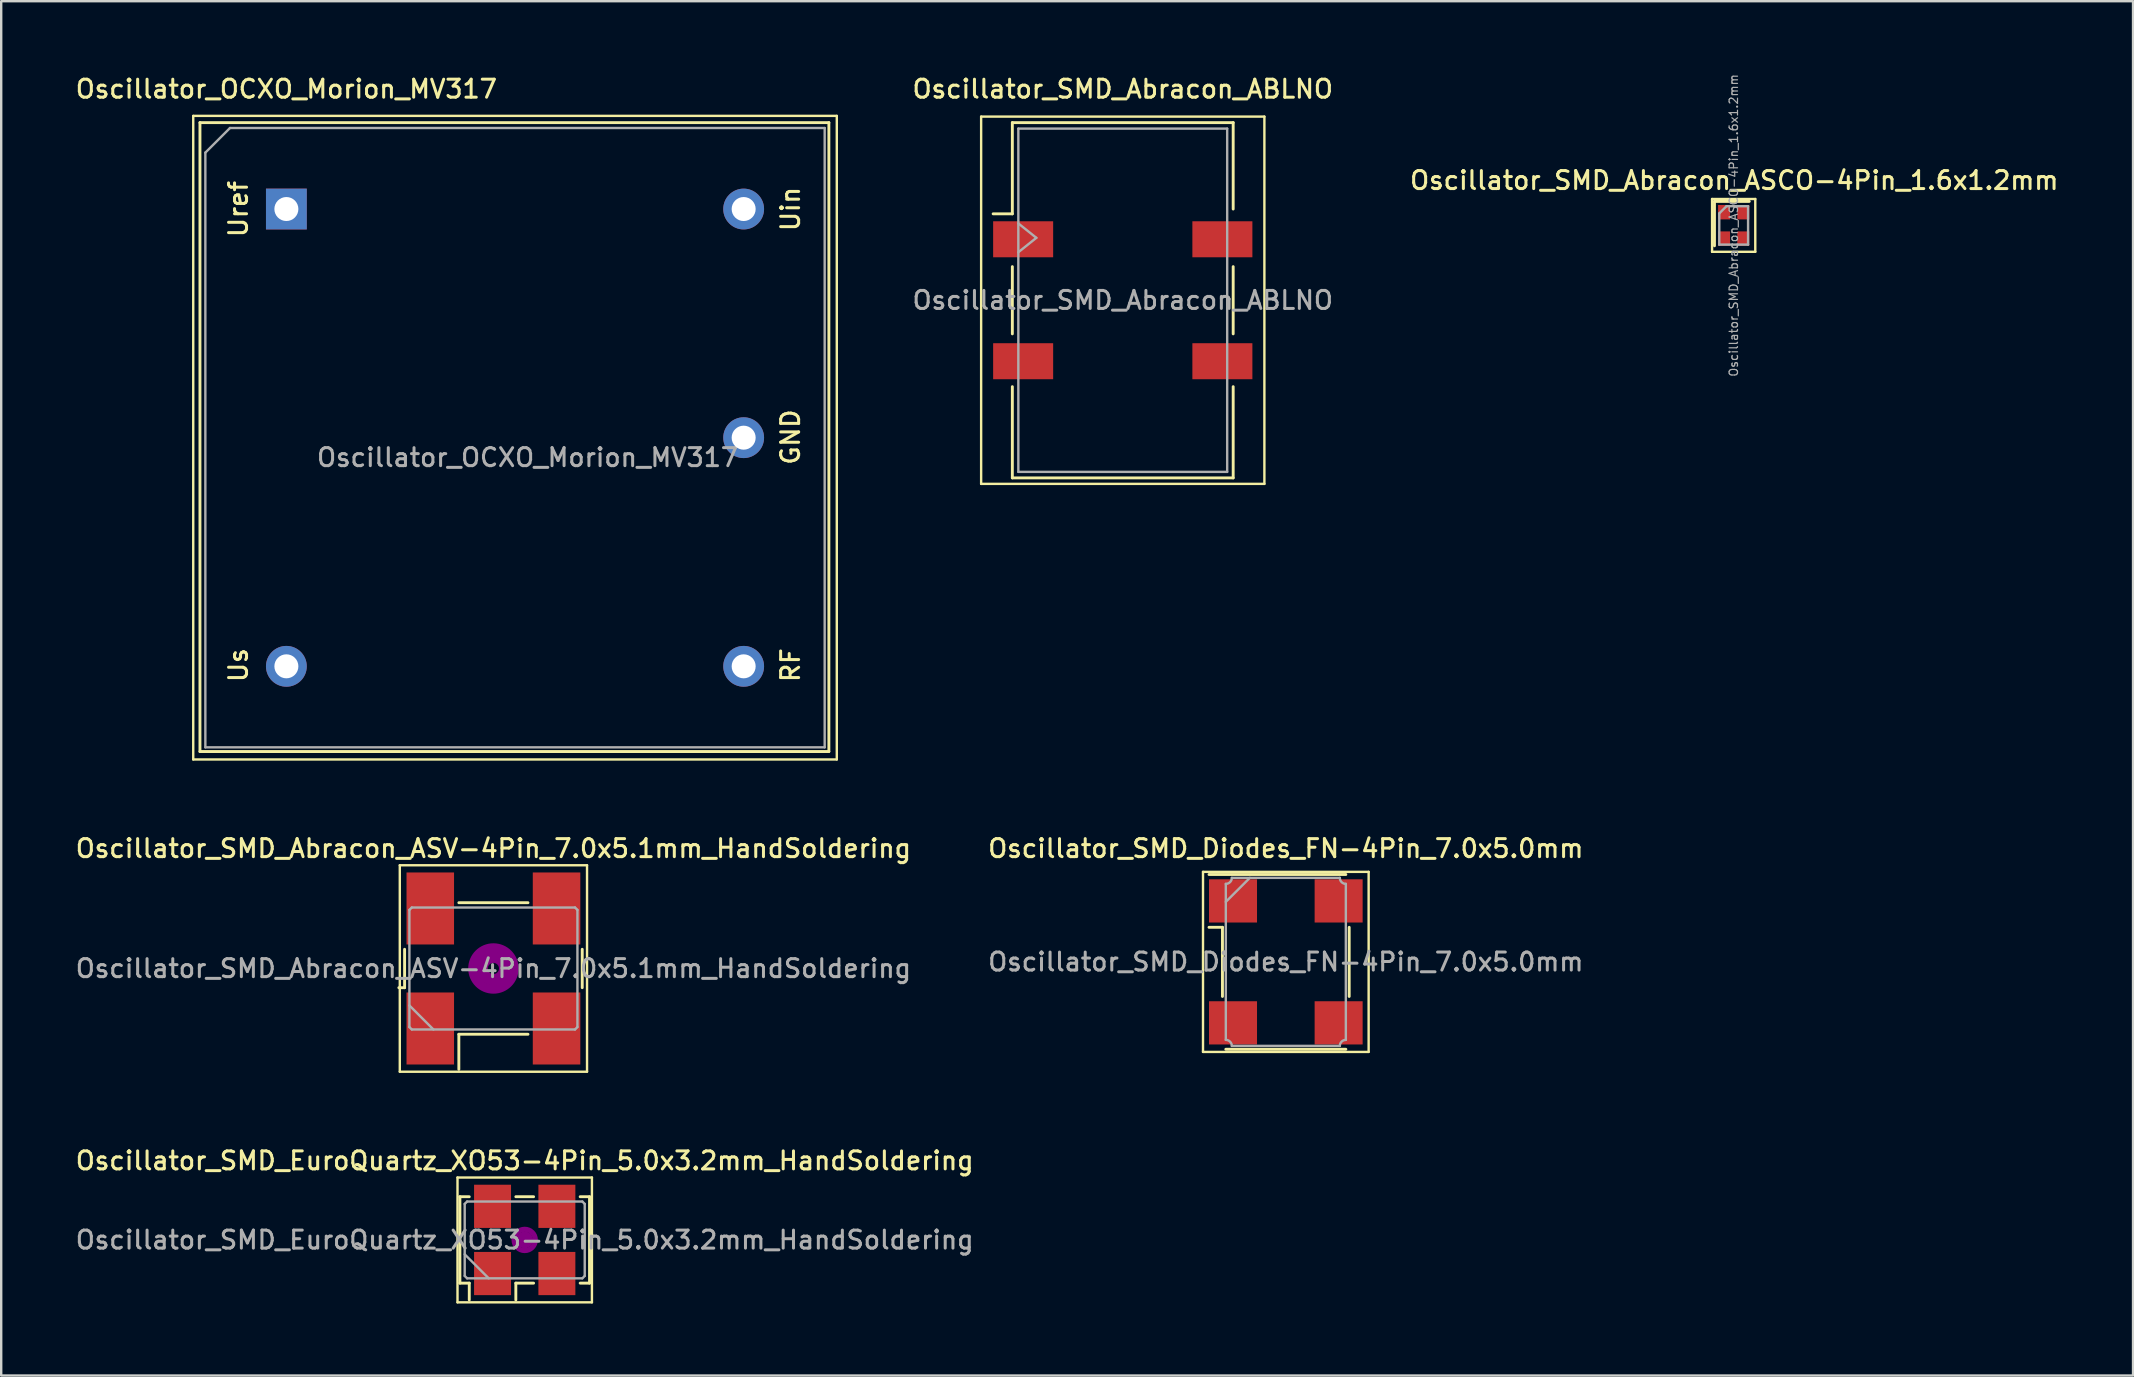
<source format=kicad_pcb>
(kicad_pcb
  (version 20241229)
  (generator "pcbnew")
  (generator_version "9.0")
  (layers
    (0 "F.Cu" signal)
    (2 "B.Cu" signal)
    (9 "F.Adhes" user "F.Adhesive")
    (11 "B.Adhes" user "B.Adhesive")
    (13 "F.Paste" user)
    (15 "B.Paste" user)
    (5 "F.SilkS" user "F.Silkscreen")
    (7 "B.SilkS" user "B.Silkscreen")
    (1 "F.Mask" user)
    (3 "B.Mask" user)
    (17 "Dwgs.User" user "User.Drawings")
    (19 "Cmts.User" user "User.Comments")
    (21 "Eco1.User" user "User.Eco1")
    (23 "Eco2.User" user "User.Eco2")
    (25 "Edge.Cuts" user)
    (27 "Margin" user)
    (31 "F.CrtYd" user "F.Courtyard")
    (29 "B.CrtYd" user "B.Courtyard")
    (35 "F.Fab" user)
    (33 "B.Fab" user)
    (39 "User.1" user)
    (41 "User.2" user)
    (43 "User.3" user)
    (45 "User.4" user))
  (footprint "Oscillator_OCXO_Morion_MV317"
    (layer "F.Cu")
    (at 8.88 5.658)
    (property "Reference" "Oscillator_OCXO_Morion_MV317" (at 0 -5 0) (layer "F.SilkS") (effects (font (size 0.75 0.75) (thickness 0.125))))
    (attr through_hole)
    (fp_line (start -3.88 -3.88) (end -3.88 22.93) (stroke (width 0.1) (type solid)) (layer "F.SilkS"))
    (fp_line (start -3.88 -3.88) (end 22.93 -3.88) (stroke (width 0.1) (type solid)) (layer "F.SilkS"))
    (fp_line (start -3.6 -3.6) (end -3.6 22.6) (stroke (width 0.12) (type solid)) (layer "F.SilkS"))
    (fp_line (start -3.6 22.6) (end 22.6 22.6) (stroke (width 0.12) (type solid)) (layer "F.SilkS"))
    (fp_line (start 22.6 -3.6) (end -3.6 -3.6) (stroke (width 0.12) (type solid)) (layer "F.SilkS"))
    (fp_line (start 22.6 22.6) (end 22.6 -3.6) (stroke (width 0.12) (type solid)) (layer "F.SilkS"))
    (fp_line (start 22.93 22.93) (end -3.88 22.93) (stroke (width 0.1) (type solid)) (layer "F.SilkS"))
    (fp_line (start 22.93 22.93) (end 22.93 -3.88) (stroke (width 0.1) (type solid)) (layer "F.SilkS"))
    (fp_line (start -3.375 -2.35) (end -2.35 -3.375) (stroke (width 0.1) (type solid)) (layer "F.Fab"))
    (fp_line (start -3.375 22.425) (end -3.375 -2.35) (stroke (width 0.1) (type solid)) (layer "F.Fab"))
    (fp_line (start -2.35 -3.375) (end 22.425 -3.375) (stroke (width 0.1) (type solid)) (layer "F.Fab"))
    (fp_line (start 22.425 -3.375) (end 22.425 22.425) (stroke (width 0.1) (type solid)) (layer "F.Fab"))
    (fp_line (start 22.425 22.425) (end -3.375 22.425) (stroke (width 0.1) (type solid)) (layer "F.Fab"))
    (fp_text user "RF" (at 21 19 270) (layer "F.SilkS") (effects (font (size 0.75 0.75) (thickness 0.125))))
    (fp_text user "Us" (at -2 19 270) (layer "F.SilkS") (effects (font (size 0.75 0.75) (thickness 0.125))))
    (fp_text user "GND" (at 21 9.5 270) (layer "F.SilkS") (effects (font (size 0.75 0.75) (thickness 0.125))))
    (fp_text user "Uin" (at 21 0 270) (layer "F.SilkS") (effects (font (size 0.75 0.75) (thickness 0.125))))
    (fp_text user "Uref" (at -2 0 270) (layer "F.SilkS") (effects (font (size 0.75 0.75) (thickness 0.125))))
    (fp_text user "${REFERENCE}" (at 10.05 10.35 0) (layer "F.Fab") (effects (font (size 0.75 0.75) (thickness 0.125))))
    (pad "1" thru_hole rect (at 0 0 270) (size 1.7 1.7) (drill 1) (layers "*.Cu" "*.Mask"))
    (pad "2" thru_hole circle (at 0 19.05 270) (size 1.7 1.7) (drill 1) (layers "*.Cu" "*.Mask"))
    (pad "3" thru_hole circle (at 19.05 19.05 270) (size 1.7 1.7) (drill 1) (layers "*.Cu" "*.Mask"))
    (pad "4" thru_hole circle (at 19.05 9.525 270) (size 1.7 1.7) (drill 1) (layers "*.Cu" "*.Mask"))
    (pad "5" thru_hole circle (at 19.05 0 270) (size 1.7 1.7) (drill 1) (layers "*.Cu" "*.Mask")))
  (footprint "Oscillator_SMD_EuroQuartz_XO53-4Pin_5.0x3.2mm_HandSoldering"
    (layer "F.Cu")
    (at 18.809 48.604)
    (property "Reference" "Oscillator_SMD_EuroQuartz_XO53-4Pin_5.0x3.2mm_HandSoldering" (at 0 -3.3 0) (layer "F.SilkS") (effects (font (size 0.75 0.75) (thickness 0.125))))
    (attr smd)
    (fp_line (start -2.8 -2.6) (end -2.8 2.6) (stroke (width 0.1) (type solid)) (layer "F.SilkS"))
    (fp_line (start -2.8 2.6) (end 2.8 2.6) (stroke (width 0.1) (type solid)) (layer "F.SilkS"))
    (fp_line (start -2.7 -1.8) (end -2.31 -1.8) (stroke (width 0.12) (type solid)) (layer "F.SilkS"))
    (fp_line (start -2.7 1.8) (end -2.7 -1.8) (stroke (width 0.12) (type solid)) (layer "F.SilkS"))
    (fp_line (start -2.31 1.8) (end -2.7 1.8) (stroke (width 0.12) (type solid)) (layer "F.SilkS"))
    (fp_line (start -2.31 2.5) (end -2.31 1.8) (stroke (width 0.12) (type solid)) (layer "F.SilkS"))
    (fp_line (start -0.37 -1.8) (end 0.37 -1.8) (stroke (width 0.12) (type solid)) (layer "F.SilkS"))
    (fp_line (start -0.37 1.8) (end -0.37 2.5) (stroke (width 0.12) (type solid)) (layer "F.SilkS"))
    (fp_line (start 0.37 1.8) (end -0.37 1.8) (stroke (width 0.12) (type solid)) (layer "F.SilkS"))
    (fp_line (start 2.31 -1.8) (end 2.7 -1.8) (stroke (width 0.12) (type solid)) (layer "F.SilkS"))
    (fp_line (start 2.7 -1.8) (end 2.7 1.8) (stroke (width 0.12) (type solid)) (layer "F.SilkS"))
    (fp_line (start 2.7 1.8) (end 2.31 1.8) (stroke (width 0.12) (type solid)) (layer "F.SilkS"))
    (fp_line (start 2.8 -2.6) (end -2.8 -2.6) (stroke (width 0.1) (type solid)) (layer "F.SilkS"))
    (fp_line (start 2.8 2.6) (end 2.8 -2.6) (stroke (width 0.1) (type solid)) (layer "F.SilkS"))
    (fp_circle (center 0 0) (end 0.117 0) (stroke (width 0.233) (type solid)) (fill no) (layer "F.Adhes"))
    (fp_circle (center 0 0) (end 0.267 0) (stroke (width 0.167) (type solid)) (fill no) (layer "F.Adhes"))
    (fp_circle (center 0 0) (end 0.417 0) (stroke (width 0.167) (type solid)) (fill no) (layer "F.Adhes"))
    (fp_circle (center 0 0) (end 0.5 0) (stroke (width 0.1) (type solid)) (fill no) (layer "F.Adhes"))
    (fp_line (start -2.5 -1.5) (end -2.4 -1.6) (stroke (width 0.1) (type solid)) (layer "F.Fab"))
    (fp_line (start -2.5 0.6) (end -1.5 1.6) (stroke (width 0.1) (type solid)) (layer "F.Fab"))
    (fp_line (start -2.5 1.5) (end -2.5 -1.5) (stroke (width 0.1) (type solid)) (layer "F.Fab"))
    (fp_line (start -2.4 -1.6) (end 2.4 -1.6) (stroke (width 0.1) (type solid)) (layer "F.Fab"))
    (fp_line (start -2.4 1.6) (end -2.5 1.5) (stroke (width 0.1) (type solid)) (layer "F.Fab"))
    (fp_line (start 2.4 -1.6) (end 2.5 -1.5) (stroke (width 0.1) (type solid)) (layer "F.Fab"))
    (fp_line (start 2.4 1.6) (end -2.4 1.6) (stroke (width 0.1) (type solid)) (layer "F.Fab"))
    (fp_line (start 2.5 -1.5) (end 2.5 1.5) (stroke (width 0.1) (type solid)) (layer "F.Fab"))
    (fp_line (start 2.5 1.5) (end 2.4 1.6) (stroke (width 0.1) (type solid)) (layer "F.Fab"))
    (fp_text user "${REFERENCE}" (at 0 0 0) (layer "F.Fab") (effects (font (size 0.75 0.75) (thickness 0.125))))
    (pad "1" smd rect (at -1.34 1.4) (size 1.54 1.8) (layers "F.Cu" "F.Mask" "F.Paste"))
    (pad "2" smd rect (at 1.34 1.4) (size 1.54 1.8) (layers "F.Cu" "F.Mask" "F.Paste"))
    (pad "3" smd rect (at 1.34 -1.4) (size 1.54 1.8) (layers "F.Cu" "F.Mask" "F.Paste"))
    (pad "4" smd rect (at -1.34 -1.4) (size 1.54 1.8) (layers "F.Cu" "F.Mask" "F.Paste")))
  (footprint "Oscillator_SMD_Abracon_ASV-4Pin_7.0x5.1mm_HandSoldering"
    (layer "F.Cu")
    (at 17.505 37.296)
    (property "Reference" "Oscillator_SMD_Abracon_ASV-4Pin_7.0x5.1mm_HandSoldering" (at 0 -5 0) (layer "F.SilkS") (effects (font (size 0.75 0.75) (thickness 0.125))))
    (attr smd)
    (fp_line (start -3.94 0.8) (end -3.7 0.8) (stroke (width 0.12) (type solid)) (layer "F.SilkS"))
    (fp_line (start -3.9 -4.3) (end -3.9 4.3) (stroke (width 0.1) (type solid)) (layer "F.SilkS"))
    (fp_line (start -3.9 4.3) (end 3.9 4.3) (stroke (width 0.1) (type solid)) (layer "F.SilkS"))
    (fp_line (start -3.7 0.8) (end -3.7 -0.8) (stroke (width 0.12) (type solid)) (layer "F.SilkS"))
    (fp_line (start -1.44 -2.74) (end 1.44 -2.74) (stroke (width 0.12) (type solid)) (layer "F.SilkS"))
    (fp_line (start -1.44 2.74) (end -1.44 4.2) (stroke (width 0.12) (type solid)) (layer "F.SilkS"))
    (fp_line (start 1.44 2.74) (end -1.44 2.74) (stroke (width 0.12) (type solid)) (layer "F.SilkS"))
    (fp_line (start 3.7 -0.8) (end 3.7 0.8) (stroke (width 0.12) (type solid)) (layer "F.SilkS"))
    (fp_line (start 3.9 -4.3) (end -3.9 -4.3) (stroke (width 0.1) (type solid)) (layer "F.SilkS"))
    (fp_line (start 3.9 4.3) (end 3.9 -4.3) (stroke (width 0.1) (type solid)) (layer "F.SilkS"))
    (fp_circle (center 0 0) (end 0.233 0) (stroke (width 0.467) (type solid)) (fill no) (layer "F.Adhes"))
    (fp_circle (center 0 0) (end 0.533 0) (stroke (width 0.333) (type solid)) (fill no) (layer "F.Adhes"))
    (fp_circle (center 0 0) (end 0.833 0) (stroke (width 0.333) (type solid)) (fill no) (layer "F.Adhes"))
    (fp_circle (center 0 0) (end 1 0) (stroke (width 0.1) (type solid)) (fill no) (layer "F.Adhes"))
    (fp_line (start -3.5 -2.44) (end -3.4 -2.54) (stroke (width 0.1) (type solid)) (layer "F.Fab"))
    (fp_line (start -3.5 1.54) (end -2.5 2.54) (stroke (width 0.1) (type solid)) (layer "F.Fab"))
    (fp_line (start -3.5 2.44) (end -3.5 -2.44) (stroke (width 0.1) (type solid)) (layer "F.Fab"))
    (fp_line (start -3.4 -2.54) (end 3.4 -2.54) (stroke (width 0.1) (type solid)) (layer "F.Fab"))
    (fp_line (start -3.4 2.54) (end -3.5 2.44) (stroke (width 0.1) (type solid)) (layer "F.Fab"))
    (fp_line (start 3.4 -2.54) (end 3.5 -2.44) (stroke (width 0.1) (type solid)) (layer "F.Fab"))
    (fp_line (start 3.4 2.54) (end -3.4 2.54) (stroke (width 0.1) (type solid)) (layer "F.Fab"))
    (fp_line (start 3.5 -2.44) (end 3.5 2.44) (stroke (width 0.1) (type solid)) (layer "F.Fab"))
    (fp_line (start 3.5 2.44) (end 3.4 2.54) (stroke (width 0.1) (type solid)) (layer "F.Fab"))
    (fp_text user "${REFERENCE}" (at 0 0 0) (layer "F.Fab") (effects (font (size 0.75 0.75) (thickness 0.125))))
    (pad "1" smd rect (at -2.63 2.5) (size 1.98 3) (layers "F.Cu" "F.Mask" "F.Paste"))
    (pad "2" smd rect (at 2.63 2.5) (size 1.98 3) (layers "F.Cu" "F.Mask" "F.Paste"))
    (pad "3" smd rect (at 2.63 -2.5) (size 1.98 3) (layers "F.Cu" "F.Mask" "F.Paste"))
    (pad "4" smd rect (at -2.63 -2.5) (size 1.98 3) (layers "F.Cu" "F.Mask" "F.Paste")))
  (footprint "Oscillator_SMD_Diodes_FN-4Pin_7.0x5.0mm"
    (layer "F.Cu")
    (at 50.516 37.021)
    (property "Reference" "Oscillator_SMD_Diodes_FN-4Pin_7.0x5.0mm" (at 0 -4.725 0) (layer "F.SilkS") (effects (font (size 0.75 0.75) (thickness 0.125))))
    (attr smd)
    (fp_line (start -3.45 -3.75) (end 3.45 -3.75) (stroke (width 0.1) (type solid)) (layer "F.SilkS"))
    (fp_line (start -3.45 3.75) (end -3.45 -3.75) (stroke (width 0.1) (type solid)) (layer "F.SilkS"))
    (fp_line (start -3.2 -3.64) (end 2.5 -3.64) (stroke (width 0.12) (type solid)) (layer "F.SilkS"))
    (fp_line (start -2.64 -1.44) (end -3.2 -1.44) (stroke (width 0.12) (type solid)) (layer "F.SilkS"))
    (fp_line (start -2.64 -1.44) (end -2.64 1.44) (stroke (width 0.12) (type solid)) (layer "F.SilkS"))
    (fp_line (start -2.5 3.64) (end 2.5 3.64) (stroke (width 0.12) (type solid)) (layer "F.SilkS"))
    (fp_line (start 2.64 -1.44) (end 2.64 1.44) (stroke (width 0.12) (type solid)) (layer "F.SilkS"))
    (fp_line (start 3.45 -3.75) (end 3.45 3.75) (stroke (width 0.1) (type solid)) (layer "F.SilkS"))
    (fp_line (start 3.45 3.75) (end -3.45 3.75) (stroke (width 0.1) (type solid)) (layer "F.SilkS"))
    (fp_line (start -2.5 -2.5) (end -1.5 -3.5) (stroke (width 0.1) (type solid)) (layer "F.Fab"))
    (fp_line (start -2.5 3.25) (end -2.5 -3.25) (stroke (width 0.1) (type solid)) (layer "F.Fab"))
    (fp_line (start -2.25 -3.5) (end 2.25 -3.5) (stroke (width 0.1) (type solid)) (layer "F.Fab"))
    (fp_line (start -2.25 3.5) (end 2.25 3.5) (stroke (width 0.1) (type solid)) (layer "F.Fab"))
    (fp_line (start 2.5 -3.25) (end 2.5 3.25) (stroke (width 0.1) (type solid)) (layer "F.Fab"))
    (fp_arc (start -2.5 3.25) (mid -2.323223 3.323223) (end -2.25 3.5) (stroke (width 0.1) (type solid)) (layer "F.Fab"))
    (fp_arc (start -2.25 -3.5) (mid -2.323223 -3.323223) (end -2.5 -3.25) (stroke (width 0.1) (type solid)) (layer "F.Fab"))
    (fp_arc (start 2.25 3.5) (mid 2.323223 3.323223) (end 2.5 3.25) (stroke (width 0.1) (type solid)) (layer "F.Fab"))
    (fp_arc (start 2.5 -3.25) (mid 2.323223 -3.323223) (end 2.25 -3.5) (stroke (width 0.1) (type solid)) (layer "F.Fab"))
    (fp_text user "${REFERENCE}" (at 0 0 0) (layer "F.Fab") (effects (font (size 0.75 0.75) (thickness 0.125))))
    (pad "1" smd rect (at -2.2 -2.54) (size 2 1.8) (layers "F.Cu" "F.Mask" "F.Paste"))
    (pad "2" smd rect (at -2.2 2.54) (size 2 1.8) (layers "F.Cu" "F.Mask" "F.Paste"))
    (pad "3" smd rect (at 2.2 2.54) (size 2 1.8) (layers "F.Cu" "F.Mask" "F.Paste"))
    (pad "4" smd rect (at 2.2 -2.54) (size 2 1.8) (layers "F.Cu" "F.Mask" "F.Paste")))
  (footprint "Oscillator_SMD_Abracon_ASCO-4Pin_1.6x1.2mm"
    (layer "F.Cu")
    (at 69.173 6.34)
    (property "Reference" "Oscillator_SMD_Abracon_ASCO-4Pin_1.6x1.2mm" (at 0.025 -1.875 0) (layer "F.SilkS") (effects (font (size 0.75 0.75) (thickness 0.125))))
    (attr smd)
    (fp_line (start -0.9 -1.1) (end -0.9 1.1) (stroke (width 0.1) (type solid)) (layer "F.SilkS"))
    (fp_line (start -0.9 1.1) (end 0.9 1.1) (stroke (width 0.1) (type solid)) (layer "F.SilkS"))
    (fp_line (start -0.8 -1) (end -0.8 0.85) (stroke (width 0.12) (type solid)) (layer "F.SilkS"))
    (fp_line (start 0.65 -1) (end -0.8 -1) (stroke (width 0.12) (type solid)) (layer "F.SilkS"))
    (fp_line (start 0.9 -1.1) (end -0.9 -1.1) (stroke (width 0.1) (type solid)) (layer "F.SilkS"))
    (fp_line (start 0.9 1.1) (end 0.9 -1.1) (stroke (width 0.1) (type solid)) (layer "F.SilkS"))
    (fp_line (start -0.6 0.8) (end -0.6 -0.5) (stroke (width 0.1) (type solid)) (layer "F.Fab"))
    (fp_line (start -0.3 -0.8) (end -0.6 -0.5) (stroke (width 0.1) (type solid)) (layer "F.Fab"))
    (fp_line (start -0.3 -0.8) (end 0.6 -0.8) (stroke (width 0.1) (type solid)) (layer "F.Fab"))
    (fp_line (start 0.6 -0.8) (end 0.6 0.8) (stroke (width 0.1) (type solid)) (layer "F.Fab"))
    (fp_line (start 0.6 0.8) (end -0.6 0.8) (stroke (width 0.1) (type solid)) (layer "F.Fab"))
    (fp_text user "${REFERENCE}" (at 0 0 270) (layer "F.Fab") (effects (font (size 0.35 0.35) (thickness 0.05))))
    (pad "1" smd rect (at -0.4 -0.55) (size 0.5 0.6) (layers "F.Cu" "F.Mask" "F.Paste"))
    (pad "2" smd rect (at -0.4 0.55) (size 0.5 0.6) (layers "F.Cu" "F.Mask" "F.Paste"))
    (pad "3" smd rect (at 0.4 0.55) (size 0.5 0.6) (layers "F.Cu" "F.Mask" "F.Paste"))
    (pad "4" smd rect (at 0.4 -0.55) (size 0.5 0.6) (layers "F.Cu" "F.Mask" "F.Paste")))
  (footprint "Oscillator_SMD_Abracon_ABLNO"
    (layer "F.Cu")
    (at 43.723 9.458)
    (property "Reference" "Oscillator_SMD_Abracon_ABLNO" (at 0 -8.8 0) (layer "F.SilkS") (effects (font (size 0.75 0.75) (thickness 0.125))))
    (attr smd)
    (fp_line (start -5.9 -7.65) (end 5.9 -7.65) (stroke (width 0.1) (type solid)) (layer "F.SilkS"))
    (fp_line (start -5.9 7.65) (end -5.9 -7.65) (stroke (width 0.1) (type solid)) (layer "F.SilkS"))
    (fp_line (start -4.6 -7.4) (end 4.6 -7.4) (stroke (width 0.12) (type solid)) (layer "F.SilkS"))
    (fp_line (start -4.6 -3.6) (end -5.4 -3.6) (stroke (width 0.12) (type solid)) (layer "F.SilkS"))
    (fp_line (start -4.6 -3.6) (end -4.6 -7.4) (stroke (width 0.12) (type solid)) (layer "F.SilkS"))
    (fp_line (start -4.6 -1.4) (end -4.6 1.4) (stroke (width 0.12) (type solid)) (layer "F.SilkS"))
    (fp_line (start -4.6 7.4) (end -4.6 3.6) (stroke (width 0.12) (type solid)) (layer "F.SilkS"))
    (fp_line (start 4.6 -3.8) (end 4.6 -7.4) (stroke (width 0.12) (type solid)) (layer "F.SilkS"))
    (fp_line (start 4.6 1.4) (end 4.6 -1.4) (stroke (width 0.12) (type solid)) (layer "F.SilkS"))
    (fp_line (start 4.6 3.6) (end 4.6 7.4) (stroke (width 0.12) (type solid)) (layer "F.SilkS"))
    (fp_line (start 4.6 7.4) (end -4.6 7.4) (stroke (width 0.12) (type solid)) (layer "F.SilkS"))
    (fp_line (start 5.9 -7.65) (end 5.9 7.65) (stroke (width 0.1) (type solid)) (layer "F.SilkS"))
    (fp_line (start 5.9 7.65) (end -5.9 7.65) (stroke (width 0.1) (type solid)) (layer "F.SilkS"))
    (fp_line (start -4.35 -7.15) (end 4.35 -7.15) (stroke (width 0.1) (type solid)) (layer "F.Fab"))
    (fp_line (start -4.35 -3.2) (end -3.6 -2.6) (stroke (width 0.1) (type solid)) (layer "F.Fab"))
    (fp_line (start -4.35 7.15) (end -4.35 -7.15) (stroke (width 0.1) (type solid)) (layer "F.Fab"))
    (fp_line (start -3.6 -2.6) (end -4.35 -2) (stroke (width 0.1) (type solid)) (layer "F.Fab"))
    (fp_line (start 4.35 -7.15) (end 4.35 7.15) (stroke (width 0.1) (type solid)) (layer "F.Fab"))
    (fp_line (start 4.35 7.15) (end -4.35 7.15) (stroke (width 0.1) (type solid)) (layer "F.Fab"))
    (fp_text user "${REFERENCE}" (at 0 0 0) (layer "F.Fab") (effects (font (size 0.75 0.75) (thickness 0.125))))
    (pad "1" smd rect (at -2.9 -2.54 270) (size 1.5 2.5) (drill (offset 0 1.25)) (layers "F.Cu" "F.Mask" "F.Paste"))
    (pad "2" smd rect (at -2.9 2.54 270) (size 1.5 2.5) (drill (offset 0 1.25)) (layers "F.Cu" "F.Mask" "F.Paste"))
    (pad "3" smd rect (at 2.9 2.54 270) (size 1.5 2.5) (drill (offset 0 -1.25)) (layers "F.Cu" "F.Mask" "F.Paste"))
    (pad "4" smd rect (at 2.9 -2.54 270) (size 1.5 2.5) (drill (offset 0 -1.25)) (layers "F.Cu" "F.Mask" "F.Paste")))
  (gr_rect
    (start -3 -3)
    (end 85.81 54.254)
    (stroke (width 0.1) (type default))
    (fill no)
    (layer "Edge.Cuts")))
</source>
